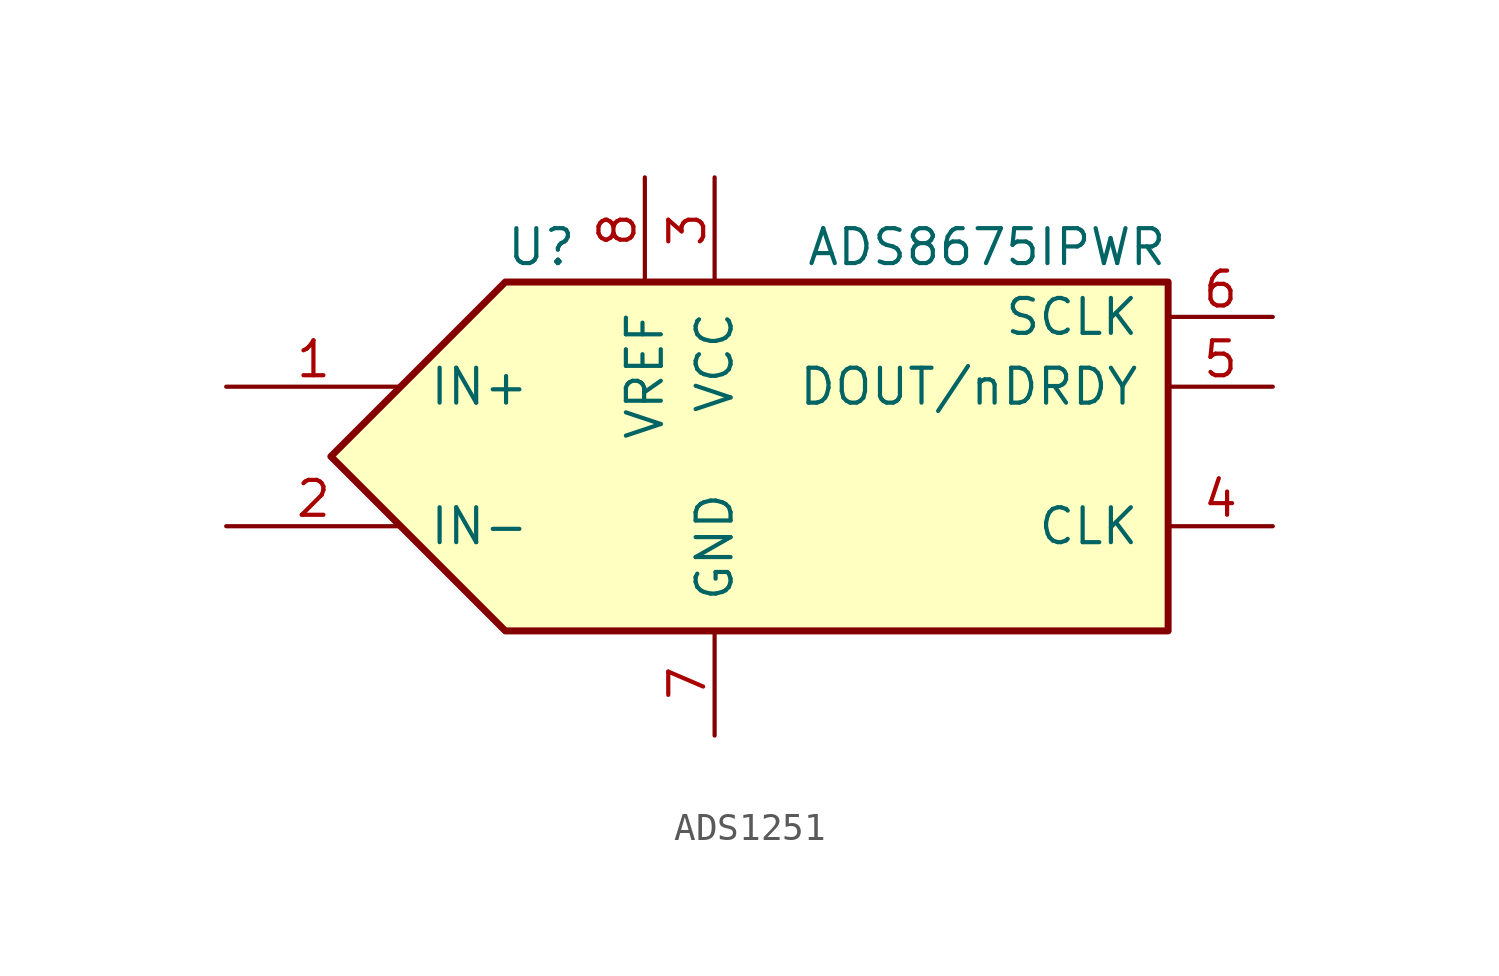
<source format=kicad_sym>
(kicad_symbol_lib
  (version 20220914)
  (generator kicad_symbol_editor)
  (symbol "ADS1251"
    (pin_names
      (offset 1.016))
    (property "Reference" "U"
      (at -10.16 7.62 0)
      (effects (font (size 1.27 1.27)) (justify left)))
    (property "Value" "ADS8675IPWR"
      (at 13.97 7.62 0)
      (effects (font (size 1.27 1.27)) (justify right)))
    (symbol "ADS1251_0_1"
      (polyline (pts (xy 13.97 6.35) (xy -10.16 6.35) (xy -16.51 0) (xy -10.16 -6.35) (xy 11.43 -6.35) (xy 13.97 -6.35) (xy 13.97 6.35)) (stroke (width 0.254) (type default)) (fill (type background))))
    (symbol "ADS1251_1_1"
      (pin input line (at -20.32 2.54 0) (length 6.35) (name "IN+" (effects (font (size 1.27 1.27)))) (number "1" (effects (font (size 1.27 1.27)))))
      (pin input line (at -20.32 -2.54 0) (length 6.35) (name "IN-" (effects (font (size 1.27 1.27)))) (number "2" (effects (font (size 1.27 1.27)))))
      (pin power_in line (at -2.54 10.16 270) (length 3.81) (name "VCC" (effects (font (size 1.27 1.27)))) (number "3" (effects (font (size 1.27 1.27)))))
      (pin input line (at 17.78 -2.54 180) (length 3.81) (name "CLK" (effects (font (size 1.27 1.27)))) (number "4" (effects (font (size 1.27 1.27)))))
      (pin output line (at 17.78 2.54 180) (length 3.81) (name "DOUT/nDRDY" (effects (font (size 1.27 1.27)))) (number "5" (effects (font (size 1.27 1.27)))))
      (pin input line (at 17.78 5.08 180) (length 3.81) (name "SCLK" (effects (font (size 1.27 1.27)))) (number "6" (effects (font (size 1.27 1.27)))))
      (pin power_in line (at -2.54 -10.16 90) (length 3.81) (name "GND" (effects (font (size 1.27 1.27)))) (number "7" (effects (font (size 1.27 1.27)))))
      (pin input line (at -5.08 10.16 270) (length 3.81) (name "VREF" (effects (font (size 1.27 1.27)))) (number "8" (effects (font (size 1.27 1.27))))))))
</source>
